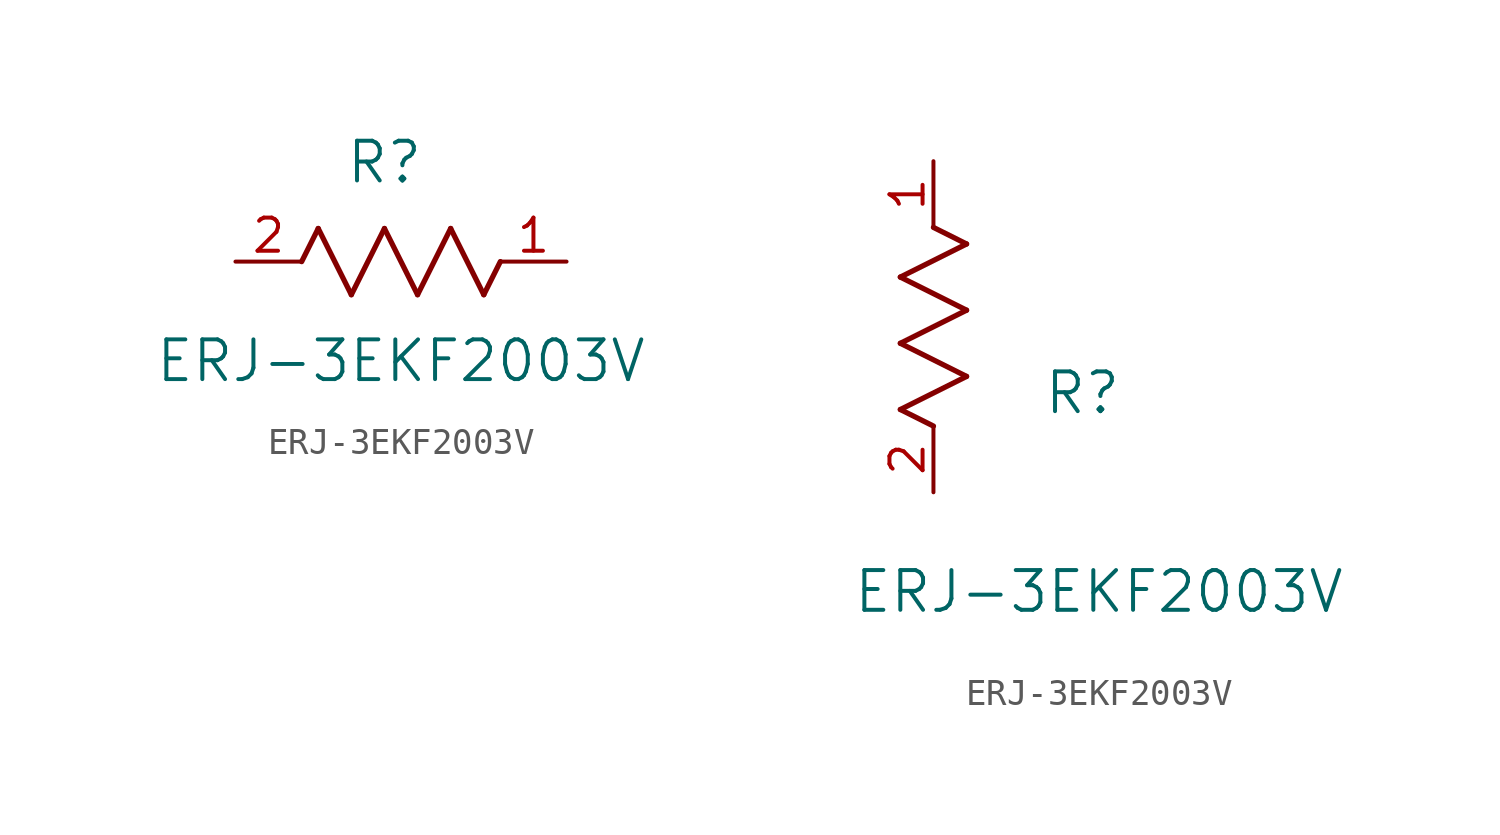
<source format=kicad_sym>
(kicad_symbol_lib
  (version 20211014)
  (generator kicad_symbol_editor)
  (symbol "ERJ-3EKF2003V"
    (pin_names
      (offset 0.254))
    (property "Reference" "R"
      (at 5.715 3.81 0)
      (effects (font (size 1.524 1.524))))
    (property "Value" "ERJ-3EKF2003V"
      (at 6.35 -3.81 0)
      (effects (font (size 1.524 1.524))))
    (symbol "ERJ-3EKF2003V_1_1"
      (polyline (pts (xy 3.175 1.27) (xy 4.445 -1.27)) (stroke (width 0.203) (type default) (color 0 0 0 0)) (fill (type none)))
      (polyline (pts (xy 4.445 -1.27) (xy 5.715 1.27)) (stroke (width 0.203) (type default) (color 0 0 0 0)) (fill (type none)))
      (polyline (pts (xy 5.715 1.27) (xy 6.985 -1.27)) (stroke (width 0.203) (type default) (color 0 0 0 0)) (fill (type none)))
      (polyline (pts (xy 6.985 -1.27) (xy 8.255 1.27)) (stroke (width 0.203) (type default) (color 0 0 0 0)) (fill (type none)))
      (polyline (pts (xy 8.255 1.27) (xy 9.525 -1.27)) (stroke (width 0.203) (type default) (color 0 0 0 0)) (fill (type none)))
      (polyline (pts (xy 2.54 0) (xy 3.175 1.27)) (stroke (width 0.203) (type default) (color 0 0 0 0)) (fill (type none)))
      (polyline (pts (xy 9.525 -1.27) (xy 10.16 0)) (stroke (width 0.203) (type default) (color 0 0 0 0)) (fill (type none)))
      (pin unspecified line (at 12.7 0 180) (length 2.54) (name "" (effects (font (size 1.27 1.27)))) (number "1" (effects (font (size 1.27 1.27)))))
      (pin unspecified line (at 0 0 0) (length 2.54) (name "" (effects (font (size 1.27 1.27)))) (number "2" (effects (font (size 1.27 1.27))))))
    (symbol "ERJ-3EKF2003V_1_2"
      (polyline (pts (xy 0 2.54) (xy -1.27 3.175)) (stroke (width 0.203) (type default) (color 0 0 0 0)) (fill (type none)))
      (polyline (pts (xy -1.27 3.175) (xy 1.27 4.445)) (stroke (width 0.203) (type default) (color 0 0 0 0)) (fill (type none)))
      (polyline (pts (xy 1.27 4.445) (xy -1.27 5.715)) (stroke (width 0.203) (type default) (color 0 0 0 0)) (fill (type none)))
      (polyline (pts (xy -1.27 5.715) (xy 1.27 6.985)) (stroke (width 0.203) (type default) (color 0 0 0 0)) (fill (type none)))
      (polyline (pts (xy -1.27 8.255) (xy 1.27 9.525)) (stroke (width 0.203) (type default) (color 0 0 0 0)) (fill (type none)))
      (polyline (pts (xy 1.27 9.525) (xy 0 10.16)) (stroke (width 0.203) (type default) (color 0 0 0 0)) (fill (type none)))
      (polyline (pts (xy 1.27 6.985) (xy -1.27 8.255)) (stroke (width 0.203) (type default) (color 0 0 0 0)) (fill (type none)))
      (pin unspecified line (at 0 12.7 270) (length 2.54) (name "" (effects (font (size 1.27 1.27)))) (number "1" (effects (font (size 1.27 1.27)))))
      (pin unspecified line (at 0 0 90) (length 2.54) (name "" (effects (font (size 1.27 1.27)))) (number "2" (effects (font (size 1.27 1.27))))))))
</source>
